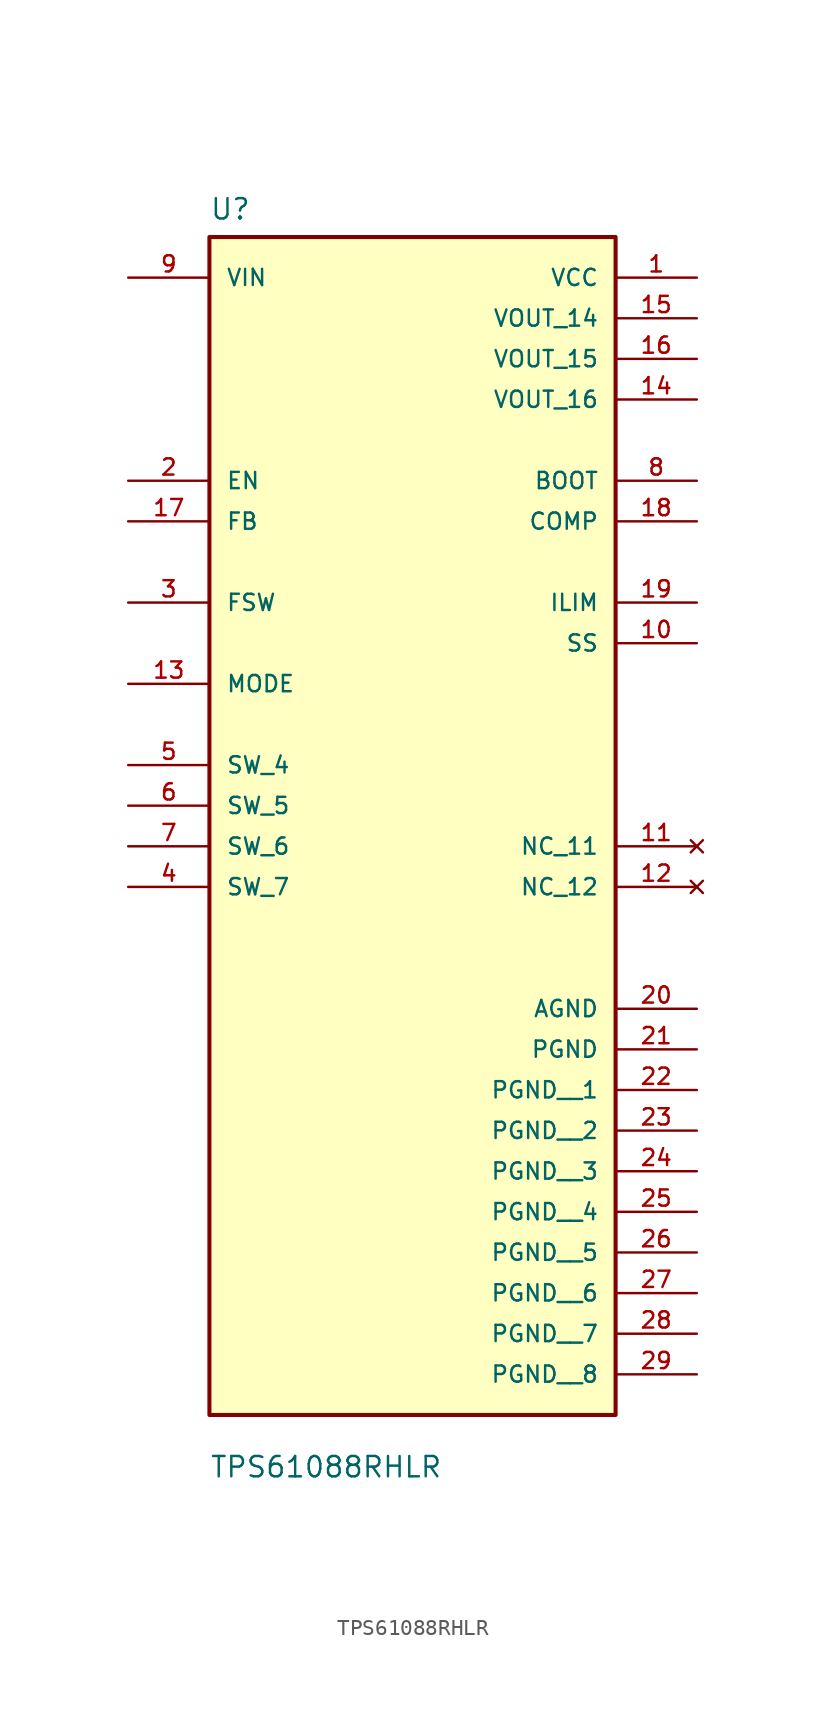
<source format=kicad_sym>
(kicad_symbol_lib
  (version 20211014)
  (generator kicad_symbol_editor)
  (symbol "TPS61088RHLR"
    (pin_names
      (offset 1.016))
    (property "Reference" "U"
      (at -12.7 26.4 0.0)
      (effects (font (size 1.27 1.27)) (justify bottom left)))
    (property "Value" "TPS61088RHLR"
      (at -12.7 -52.26 0.0)
      (effects (font (size 1.27 1.27)) (justify bottom left)))
    (symbol "TPS61088RHLR_0_0"
      (rectangle (start -12.7 -48.26) (end 12.7 25.4) (stroke (width 0.254)) (fill (type background)))
      (pin input line (at -17.78 10.16 0) (length 5.08) (name "EN" (effects (font (size 1.016 1.016)))) (number "2" (effects (font (size 1.016 1.016)))))
      (pin input line (at -17.78 7.62 0) (length 5.08) (name "FB" (effects (font (size 1.016 1.016)))) (number "17" (effects (font (size 1.016 1.016)))))
      (pin input line (at -17.78 2.54 0) (length 5.08) (name "FSW" (effects (font (size 1.016 1.016)))) (number "3" (effects (font (size 1.016 1.016)))))
      (pin input line (at -17.78 -2.54 0) (length 5.08) (name "MODE" (effects (font (size 1.016 1.016)))) (number "13" (effects (font (size 1.016 1.016)))))
      (pin input line (at -17.78 -7.62 0) (length 5.08) (name "SW_4" (effects (font (size 1.016 1.016)))) (number "5" (effects (font (size 1.016 1.016)))))
      (pin input line (at -17.78 -10.16 0) (length 5.08) (name "SW_5" (effects (font (size 1.016 1.016)))) (number "6" (effects (font (size 1.016 1.016)))))
      (pin input line (at -17.78 -12.7 0) (length 5.08) (name "SW_6" (effects (font (size 1.016 1.016)))) (number "7" (effects (font (size 1.016 1.016)))))
      (pin input line (at -17.78 -15.24 0) (length 5.08) (name "SW_7" (effects (font (size 1.016 1.016)))) (number "4" (effects (font (size 1.016 1.016)))))
      (pin input line (at -17.78 22.86 0) (length 5.08) (name "VIN" (effects (font (size 1.016 1.016)))) (number "9" (effects (font (size 1.016 1.016)))))
      (pin output line (at 17.78 10.16 180.0) (length 5.08) (name "BOOT" (effects (font (size 1.016 1.016)))) (number "8" (effects (font (size 1.016 1.016)))))
      (pin output line (at 17.78 7.62 180.0) (length 5.08) (name "COMP" (effects (font (size 1.016 1.016)))) (number "18" (effects (font (size 1.016 1.016)))))
      (pin output line (at 17.78 2.54 180.0) (length 5.08) (name "ILIM" (effects (font (size 1.016 1.016)))) (number "19" (effects (font (size 1.016 1.016)))))
      (pin output line (at 17.78 0.0 180.0) (length 5.08) (name "SS" (effects (font (size 1.016 1.016)))) (number "10" (effects (font (size 1.016 1.016)))))
      (pin output line (at 17.78 22.86 180.0) (length 5.08) (name "VCC" (effects (font (size 1.016 1.016)))) (number "1" (effects (font (size 1.016 1.016)))))
      (pin output line (at 17.78 20.32 180.0) (length 5.08) (name "VOUT_14" (effects (font (size 1.016 1.016)))) (number "15" (effects (font (size 1.016 1.016)))))
      (pin output line (at 17.78 17.78 180.0) (length 5.08) (name "VOUT_15" (effects (font (size 1.016 1.016)))) (number "16" (effects (font (size 1.016 1.016)))))
      (pin output line (at 17.78 15.24 180.0) (length 5.08) (name "VOUT_16" (effects (font (size 1.016 1.016)))) (number "14" (effects (font (size 1.016 1.016)))))
      (pin power_in line (at 17.78 -22.86 180.0) (length 5.08) (name "AGND" (effects (font (size 1.016 1.016)))) (number "20" (effects (font (size 1.016 1.016)))))
      (pin power_in line (at 17.78 -25.4 180.0) (length 5.08) (name "PGND" (effects (font (size 1.016 1.016)))) (number "21" (effects (font (size 1.016 1.016)))))
      (pin no_connect line (at 17.78 -12.7 180.0) (length 5.08) (name "NC_11" (effects (font (size 1.016 1.016)))) (number "11" (effects (font (size 1.016 1.016)))))
      (pin no_connect line (at 17.78 -15.24 180.0) (length 5.08) (name "NC_12" (effects (font (size 1.016 1.016)))) (number "12" (effects (font (size 1.016 1.016)))))
      (pin power_in line (at 17.78 -27.94 180.0) (length 5.08) (name "PGND__1" (effects (font (size 1.016 1.016)))) (number "22" (effects (font (size 1.016 1.016)))))
      (pin power_in line (at 17.78 -30.48 180.0) (length 5.08) (name "PGND__2" (effects (font (size 1.016 1.016)))) (number "23" (effects (font (size 1.016 1.016)))))
      (pin power_in line (at 17.78 -33.02 180.0) (length 5.08) (name "PGND__3" (effects (font (size 1.016 1.016)))) (number "24" (effects (font (size 1.016 1.016)))))
      (pin power_in line (at 17.78 -35.56 180.0) (length 5.08) (name "PGND__4" (effects (font (size 1.016 1.016)))) (number "25" (effects (font (size 1.016 1.016)))))
      (pin power_in line (at 17.78 -38.1 180.0) (length 5.08) (name "PGND__5" (effects (font (size 1.016 1.016)))) (number "26" (effects (font (size 1.016 1.016)))))
      (pin power_in line (at 17.78 -40.64 180.0) (length 5.08) (name "PGND__6" (effects (font (size 1.016 1.016)))) (number "27" (effects (font (size 1.016 1.016)))))
      (pin power_in line (at 17.78 -43.18 180.0) (length 5.08) (name "PGND__7" (effects (font (size 1.016 1.016)))) (number "28" (effects (font (size 1.016 1.016)))))
      (pin power_in line (at 17.78 -45.72 180.0) (length 5.08) (name "PGND__8" (effects (font (size 1.016 1.016)))) (number "29" (effects (font (size 1.016 1.016))))))))
</source>
